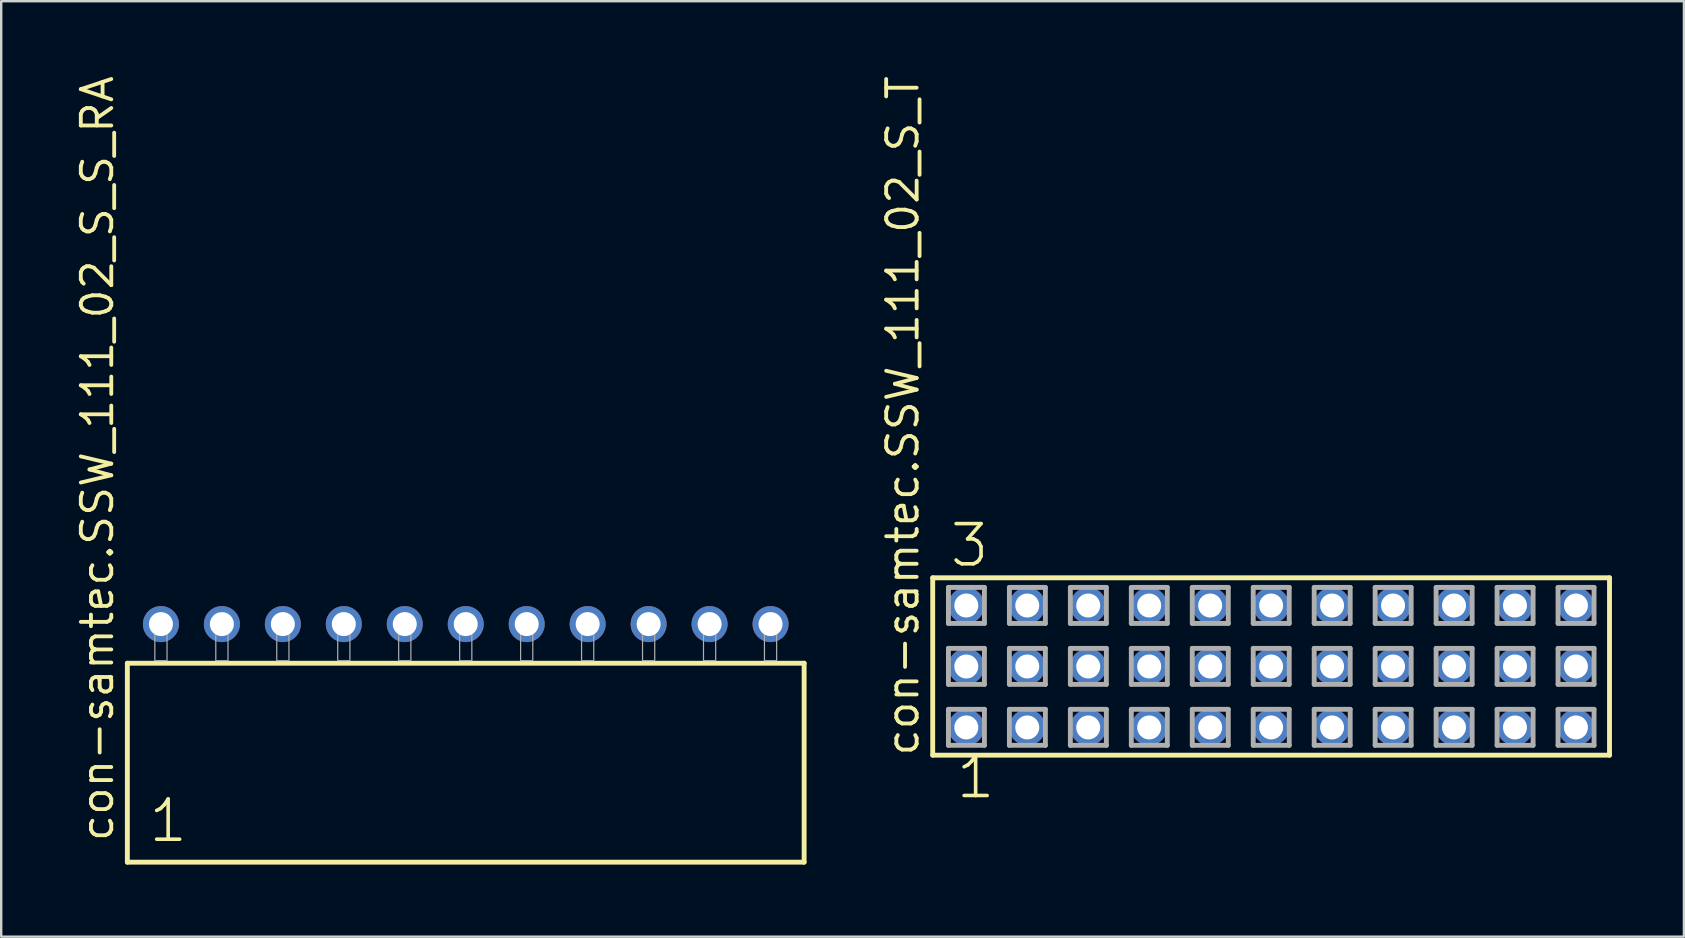
<source format=kicad_pcb>
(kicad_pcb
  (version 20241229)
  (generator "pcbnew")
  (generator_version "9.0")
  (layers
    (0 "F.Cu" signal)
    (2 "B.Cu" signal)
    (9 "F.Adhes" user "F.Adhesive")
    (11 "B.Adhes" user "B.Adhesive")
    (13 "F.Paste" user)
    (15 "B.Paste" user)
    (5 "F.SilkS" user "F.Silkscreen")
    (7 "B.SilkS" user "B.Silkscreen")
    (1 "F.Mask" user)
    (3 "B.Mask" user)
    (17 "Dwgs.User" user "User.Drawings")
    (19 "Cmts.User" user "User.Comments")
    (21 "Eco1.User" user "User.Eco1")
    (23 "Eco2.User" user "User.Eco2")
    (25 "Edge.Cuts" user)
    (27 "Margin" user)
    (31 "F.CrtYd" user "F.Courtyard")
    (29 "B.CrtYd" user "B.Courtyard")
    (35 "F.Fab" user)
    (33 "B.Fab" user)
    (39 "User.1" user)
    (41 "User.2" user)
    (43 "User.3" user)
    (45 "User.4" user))
  (footprint "con-samtec.SSW_111_02_S_T"
    (layer "F.Cu")
    (at 49.911 24.719)
    (property "Reference" "con-samtec.SSW_111_02_S_T" (at -14.605 3.81 90) (layer "F.SilkS") (effects (font (size 1.27 1.27) (thickness 0.16)) (justify left bottom)))
    (attr through_hole)
    (fp_line (start -14.099 -3.695) (end 14.099 -3.695) (stroke (width 0.203) (type default)) (layer "F.SilkS"))
    (fp_line (start -14.099 3.695) (end -14.099 -3.695) (stroke (width 0.203) (type default)) (layer "F.SilkS"))
    (fp_line (start 14.099 -3.695) (end 14.099 3.695) (stroke (width 0.203) (type default)) (layer "F.SilkS"))
    (fp_line (start 14.099 3.695) (end -14.099 3.695) (stroke (width 0.203) (type default)) (layer "F.SilkS"))
    (fp_line (start -13.445 -3.295) (end -11.945 -3.295) (stroke (width 0.203) (type default)) (layer "F.Fab"))
    (fp_line (start -13.445 -1.795) (end -13.445 -3.295) (stroke (width 0.203) (type default)) (layer "F.Fab"))
    (fp_line (start -13.445 -0.755) (end -11.945 -0.755) (stroke (width 0.203) (type default)) (layer "F.Fab"))
    (fp_line (start -13.445 0.745) (end -13.445 -0.755) (stroke (width 0.203) (type default)) (layer "F.Fab"))
    (fp_line (start -13.445 1.785) (end -11.945 1.785) (stroke (width 0.203) (type default)) (layer "F.Fab"))
    (fp_line (start -13.445 3.285) (end -13.445 1.785) (stroke (width 0.203) (type default)) (layer "F.Fab"))
    (fp_line (start -11.945 -3.295) (end -11.945 -1.795) (stroke (width 0.203) (type default)) (layer "F.Fab"))
    (fp_line (start -11.945 -1.795) (end -13.445 -1.795) (stroke (width 0.203) (type default)) (layer "F.Fab"))
    (fp_line (start -11.945 -0.755) (end -11.945 0.745) (stroke (width 0.203) (type default)) (layer "F.Fab"))
    (fp_line (start -11.945 0.745) (end -13.445 0.745) (stroke (width 0.203) (type default)) (layer "F.Fab"))
    (fp_line (start -11.945 1.785) (end -11.945 3.285) (stroke (width 0.203) (type default)) (layer "F.Fab"))
    (fp_line (start -11.945 3.285) (end -13.445 3.285) (stroke (width 0.203) (type default)) (layer "F.Fab"))
    (fp_line (start -10.905 -3.295) (end -9.405 -3.295) (stroke (width 0.203) (type default)) (layer "F.Fab"))
    (fp_line (start -10.905 -1.795) (end -10.905 -3.295) (stroke (width 0.203) (type default)) (layer "F.Fab"))
    (fp_line (start -10.905 -0.755) (end -9.405 -0.755) (stroke (width 0.203) (type default)) (layer "F.Fab"))
    (fp_line (start -10.905 0.745) (end -10.905 -0.755) (stroke (width 0.203) (type default)) (layer "F.Fab"))
    (fp_line (start -10.905 1.785) (end -9.405 1.785) (stroke (width 0.203) (type default)) (layer "F.Fab"))
    (fp_line (start -10.905 3.285) (end -10.905 1.785) (stroke (width 0.203) (type default)) (layer "F.Fab"))
    (fp_line (start -9.405 -3.295) (end -9.405 -1.795) (stroke (width 0.203) (type default)) (layer "F.Fab"))
    (fp_line (start -9.405 -1.795) (end -10.905 -1.795) (stroke (width 0.203) (type default)) (layer "F.Fab"))
    (fp_line (start -9.405 -0.755) (end -9.405 0.745) (stroke (width 0.203) (type default)) (layer "F.Fab"))
    (fp_line (start -9.405 0.745) (end -10.905 0.745) (stroke (width 0.203) (type default)) (layer "F.Fab"))
    (fp_line (start -9.405 1.785) (end -9.405 3.285) (stroke (width 0.203) (type default)) (layer "F.Fab"))
    (fp_line (start -9.405 3.285) (end -10.905 3.285) (stroke (width 0.203) (type default)) (layer "F.Fab"))
    (fp_line (start -8.365 -3.295) (end -6.865 -3.295) (stroke (width 0.203) (type default)) (layer "F.Fab"))
    (fp_line (start -8.365 -1.795) (end -8.365 -3.295) (stroke (width 0.203) (type default)) (layer "F.Fab"))
    (fp_line (start -8.365 -0.755) (end -6.865 -0.755) (stroke (width 0.203) (type default)) (layer "F.Fab"))
    (fp_line (start -8.365 0.745) (end -8.365 -0.755) (stroke (width 0.203) (type default)) (layer "F.Fab"))
    (fp_line (start -8.365 1.785) (end -6.865 1.785) (stroke (width 0.203) (type default)) (layer "F.Fab"))
    (fp_line (start -8.365 3.285) (end -8.365 1.785) (stroke (width 0.203) (type default)) (layer "F.Fab"))
    (fp_line (start -6.865 -3.295) (end -6.865 -1.795) (stroke (width 0.203) (type default)) (layer "F.Fab"))
    (fp_line (start -6.865 -1.795) (end -8.365 -1.795) (stroke (width 0.203) (type default)) (layer "F.Fab"))
    (fp_line (start -6.865 -0.755) (end -6.865 0.745) (stroke (width 0.203) (type default)) (layer "F.Fab"))
    (fp_line (start -6.865 0.745) (end -8.365 0.745) (stroke (width 0.203) (type default)) (layer "F.Fab"))
    (fp_line (start -6.865 1.785) (end -6.865 3.285) (stroke (width 0.203) (type default)) (layer "F.Fab"))
    (fp_line (start -6.865 3.285) (end -8.365 3.285) (stroke (width 0.203) (type default)) (layer "F.Fab"))
    (fp_line (start -5.825 -3.295) (end -4.325 -3.295) (stroke (width 0.203) (type default)) (layer "F.Fab"))
    (fp_line (start -5.825 -1.795) (end -5.825 -3.295) (stroke (width 0.203) (type default)) (layer "F.Fab"))
    (fp_line (start -5.825 -0.755) (end -4.325 -0.755) (stroke (width 0.203) (type default)) (layer "F.Fab"))
    (fp_line (start -5.825 0.745) (end -5.825 -0.755) (stroke (width 0.203) (type default)) (layer "F.Fab"))
    (fp_line (start -5.825 1.785) (end -4.325 1.785) (stroke (width 0.203) (type default)) (layer "F.Fab"))
    (fp_line (start -5.825 3.285) (end -5.825 1.785) (stroke (width 0.203) (type default)) (layer "F.Fab"))
    (fp_line (start -4.325 -3.295) (end -4.325 -1.795) (stroke (width 0.203) (type default)) (layer "F.Fab"))
    (fp_line (start -4.325 -1.795) (end -5.825 -1.795) (stroke (width 0.203) (type default)) (layer "F.Fab"))
    (fp_line (start -4.325 -0.755) (end -4.325 0.745) (stroke (width 0.203) (type default)) (layer "F.Fab"))
    (fp_line (start -4.325 0.745) (end -5.825 0.745) (stroke (width 0.203) (type default)) (layer "F.Fab"))
    (fp_line (start -4.325 1.785) (end -4.325 3.285) (stroke (width 0.203) (type default)) (layer "F.Fab"))
    (fp_line (start -4.325 3.285) (end -5.825 3.285) (stroke (width 0.203) (type default)) (layer "F.Fab"))
    (fp_line (start -3.285 -3.295) (end -1.785 -3.295) (stroke (width 0.203) (type default)) (layer "F.Fab"))
    (fp_line (start -3.285 -1.795) (end -3.285 -3.295) (stroke (width 0.203) (type default)) (layer "F.Fab"))
    (fp_line (start -3.285 -0.755) (end -1.785 -0.755) (stroke (width 0.203) (type default)) (layer "F.Fab"))
    (fp_line (start -3.285 0.745) (end -3.285 -0.755) (stroke (width 0.203) (type default)) (layer "F.Fab"))
    (fp_line (start -3.285 1.785) (end -1.785 1.785) (stroke (width 0.203) (type default)) (layer "F.Fab"))
    (fp_line (start -3.285 3.285) (end -3.285 1.785) (stroke (width 0.203) (type default)) (layer "F.Fab"))
    (fp_line (start -1.785 -3.295) (end -1.785 -1.795) (stroke (width 0.203) (type default)) (layer "F.Fab"))
    (fp_line (start -1.785 -1.795) (end -3.285 -1.795) (stroke (width 0.203) (type default)) (layer "F.Fab"))
    (fp_line (start -1.785 -0.755) (end -1.785 0.745) (stroke (width 0.203) (type default)) (layer "F.Fab"))
    (fp_line (start -1.785 0.745) (end -3.285 0.745) (stroke (width 0.203) (type default)) (layer "F.Fab"))
    (fp_line (start -1.785 1.785) (end -1.785 3.285) (stroke (width 0.203) (type default)) (layer "F.Fab"))
    (fp_line (start -1.785 3.285) (end -3.285 3.285) (stroke (width 0.203) (type default)) (layer "F.Fab"))
    (fp_line (start -0.745 -3.295) (end 0.755 -3.295) (stroke (width 0.203) (type default)) (layer "F.Fab"))
    (fp_line (start -0.745 -1.795) (end -0.745 -3.295) (stroke (width 0.203) (type default)) (layer "F.Fab"))
    (fp_line (start -0.745 -0.755) (end 0.755 -0.755) (stroke (width 0.203) (type default)) (layer "F.Fab"))
    (fp_line (start -0.745 0.745) (end -0.745 -0.755) (stroke (width 0.203) (type default)) (layer "F.Fab"))
    (fp_line (start -0.745 1.785) (end 0.755 1.785) (stroke (width 0.203) (type default)) (layer "F.Fab"))
    (fp_line (start -0.745 3.285) (end -0.745 1.785) (stroke (width 0.203) (type default)) (layer "F.Fab"))
    (fp_line (start 0.755 -3.295) (end 0.755 -1.795) (stroke (width 0.203) (type default)) (layer "F.Fab"))
    (fp_line (start 0.755 -1.795) (end -0.745 -1.795) (stroke (width 0.203) (type default)) (layer "F.Fab"))
    (fp_line (start 0.755 -0.755) (end 0.755 0.745) (stroke (width 0.203) (type default)) (layer "F.Fab"))
    (fp_line (start 0.755 0.745) (end -0.745 0.745) (stroke (width 0.203) (type default)) (layer "F.Fab"))
    (fp_line (start 0.755 1.785) (end 0.755 3.285) (stroke (width 0.203) (type default)) (layer "F.Fab"))
    (fp_line (start 0.755 3.285) (end -0.745 3.285) (stroke (width 0.203) (type default)) (layer "F.Fab"))
    (fp_line (start 1.795 -3.295) (end 3.295 -3.295) (stroke (width 0.203) (type default)) (layer "F.Fab"))
    (fp_line (start 1.795 -1.795) (end 1.795 -3.295) (stroke (width 0.203) (type default)) (layer "F.Fab"))
    (fp_line (start 1.795 -0.755) (end 3.295 -0.755) (stroke (width 0.203) (type default)) (layer "F.Fab"))
    (fp_line (start 1.795 0.745) (end 1.795 -0.755) (stroke (width 0.203) (type default)) (layer "F.Fab"))
    (fp_line (start 1.795 1.785) (end 3.295 1.785) (stroke (width 0.203) (type default)) (layer "F.Fab"))
    (fp_line (start 1.795 3.285) (end 1.795 1.785) (stroke (width 0.203) (type default)) (layer "F.Fab"))
    (fp_line (start 3.295 -3.295) (end 3.295 -1.795) (stroke (width 0.203) (type default)) (layer "F.Fab"))
    (fp_line (start 3.295 -1.795) (end 1.795 -1.795) (stroke (width 0.203) (type default)) (layer "F.Fab"))
    (fp_line (start 3.295 -0.755) (end 3.295 0.745) (stroke (width 0.203) (type default)) (layer "F.Fab"))
    (fp_line (start 3.295 0.745) (end 1.795 0.745) (stroke (width 0.203) (type default)) (layer "F.Fab"))
    (fp_line (start 3.295 1.785) (end 3.295 3.285) (stroke (width 0.203) (type default)) (layer "F.Fab"))
    (fp_line (start 3.295 3.285) (end 1.795 3.285) (stroke (width 0.203) (type default)) (layer "F.Fab"))
    (fp_line (start 4.335 -3.295) (end 5.835 -3.295) (stroke (width 0.203) (type default)) (layer "F.Fab"))
    (fp_line (start 4.335 -1.795) (end 4.335 -3.295) (stroke (width 0.203) (type default)) (layer "F.Fab"))
    (fp_line (start 4.335 -0.755) (end 5.835 -0.755) (stroke (width 0.203) (type default)) (layer "F.Fab"))
    (fp_line (start 4.335 0.745) (end 4.335 -0.755) (stroke (width 0.203) (type default)) (layer "F.Fab"))
    (fp_line (start 4.335 1.785) (end 5.835 1.785) (stroke (width 0.203) (type default)) (layer "F.Fab"))
    (fp_line (start 4.335 3.285) (end 4.335 1.785) (stroke (width 0.203) (type default)) (layer "F.Fab"))
    (fp_line (start 5.835 -3.295) (end 5.835 -1.795) (stroke (width 0.203) (type default)) (layer "F.Fab"))
    (fp_line (start 5.835 -1.795) (end 4.335 -1.795) (stroke (width 0.203) (type default)) (layer "F.Fab"))
    (fp_line (start 5.835 -0.755) (end 5.835 0.745) (stroke (width 0.203) (type default)) (layer "F.Fab"))
    (fp_line (start 5.835 0.745) (end 4.335 0.745) (stroke (width 0.203) (type default)) (layer "F.Fab"))
    (fp_line (start 5.835 1.785) (end 5.835 3.285) (stroke (width 0.203) (type default)) (layer "F.Fab"))
    (fp_line (start 5.835 3.285) (end 4.335 3.285) (stroke (width 0.203) (type default)) (layer "F.Fab"))
    (fp_line (start 6.875 -3.295) (end 8.375 -3.295) (stroke (width 0.203) (type default)) (layer "F.Fab"))
    (fp_line (start 6.875 -1.795) (end 6.875 -3.295) (stroke (width 0.203) (type default)) (layer "F.Fab"))
    (fp_line (start 6.875 -0.755) (end 8.375 -0.755) (stroke (width 0.203) (type default)) (layer "F.Fab"))
    (fp_line (start 6.875 0.745) (end 6.875 -0.755) (stroke (width 0.203) (type default)) (layer "F.Fab"))
    (fp_line (start 6.875 1.785) (end 8.375 1.785) (stroke (width 0.203) (type default)) (layer "F.Fab"))
    (fp_line (start 6.875 3.285) (end 6.875 1.785) (stroke (width 0.203) (type default)) (layer "F.Fab"))
    (fp_line (start 8.375 -3.295) (end 8.375 -1.795) (stroke (width 0.203) (type default)) (layer "F.Fab"))
    (fp_line (start 8.375 -1.795) (end 6.875 -1.795) (stroke (width 0.203) (type default)) (layer "F.Fab"))
    (fp_line (start 8.375 -0.755) (end 8.375 0.745) (stroke (width 0.203) (type default)) (layer "F.Fab"))
    (fp_line (start 8.375 0.745) (end 6.875 0.745) (stroke (width 0.203) (type default)) (layer "F.Fab"))
    (fp_line (start 8.375 1.785) (end 8.375 3.285) (stroke (width 0.203) (type default)) (layer "F.Fab"))
    (fp_line (start 8.375 3.285) (end 6.875 3.285) (stroke (width 0.203) (type default)) (layer "F.Fab"))
    (fp_line (start 9.415 -3.295) (end 10.915 -3.295) (stroke (width 0.203) (type default)) (layer "F.Fab"))
    (fp_line (start 9.415 -1.795) (end 9.415 -3.295) (stroke (width 0.203) (type default)) (layer "F.Fab"))
    (fp_line (start 9.415 -0.755) (end 10.915 -0.755) (stroke (width 0.203) (type default)) (layer "F.Fab"))
    (fp_line (start 9.415 0.745) (end 9.415 -0.755) (stroke (width 0.203) (type default)) (layer "F.Fab"))
    (fp_line (start 9.415 1.785) (end 10.915 1.785) (stroke (width 0.203) (type default)) (layer "F.Fab"))
    (fp_line (start 9.415 3.285) (end 9.415 1.785) (stroke (width 0.203) (type default)) (layer "F.Fab"))
    (fp_line (start 10.915 -3.295) (end 10.915 -1.795) (stroke (width 0.203) (type default)) (layer "F.Fab"))
    (fp_line (start 10.915 -1.795) (end 9.415 -1.795) (stroke (width 0.203) (type default)) (layer "F.Fab"))
    (fp_line (start 10.915 -0.755) (end 10.915 0.745) (stroke (width 0.203) (type default)) (layer "F.Fab"))
    (fp_line (start 10.915 0.745) (end 9.415 0.745) (stroke (width 0.203) (type default)) (layer "F.Fab"))
    (fp_line (start 10.915 1.785) (end 10.915 3.285) (stroke (width 0.203) (type default)) (layer "F.Fab"))
    (fp_line (start 10.915 3.285) (end 9.415 3.285) (stroke (width 0.203) (type default)) (layer "F.Fab"))
    (fp_line (start 11.955 -3.295) (end 13.455 -3.295) (stroke (width 0.203) (type default)) (layer "F.Fab"))
    (fp_line (start 11.955 -1.795) (end 11.955 -3.295) (stroke (width 0.203) (type default)) (layer "F.Fab"))
    (fp_line (start 11.955 -0.755) (end 13.455 -0.755) (stroke (width 0.203) (type default)) (layer "F.Fab"))
    (fp_line (start 11.955 0.745) (end 11.955 -0.755) (stroke (width 0.203) (type default)) (layer "F.Fab"))
    (fp_line (start 11.955 1.785) (end 13.455 1.785) (stroke (width 0.203) (type default)) (layer "F.Fab"))
    (fp_line (start 11.955 3.285) (end 11.955 1.785) (stroke (width 0.203) (type default)) (layer "F.Fab"))
    (fp_line (start 13.455 -3.295) (end 13.455 -1.795) (stroke (width 0.203) (type default)) (layer "F.Fab"))
    (fp_line (start 13.455 -1.795) (end 11.955 -1.795) (stroke (width 0.203) (type default)) (layer "F.Fab"))
    (fp_line (start 13.455 -0.755) (end 13.455 0.745) (stroke (width 0.203) (type default)) (layer "F.Fab"))
    (fp_line (start 13.455 0.745) (end 11.955 0.745) (stroke (width 0.203) (type default)) (layer "F.Fab"))
    (fp_line (start 13.455 1.785) (end 13.455 3.285) (stroke (width 0.203) (type default)) (layer "F.Fab"))
    (fp_line (start 13.455 3.285) (end 11.955 3.285) (stroke (width 0.203) (type default)) (layer "F.Fab"))
    (fp_text user "3" (at -13.462 -4.064 0) (layer "F.SilkS") (effects (font (size 1.676 1.676) (thickness 0.15)) (justify left bottom)))
    (fp_text user "1" (at -13.208 5.588 0) (layer "F.SilkS") (effects (font (size 1.676 1.676) (thickness 0.15)) (justify left bottom)))
    (pad "1" thru_hole circle (at -12.7 2.54) (size 1.5 1.5) (drill 1) (layers "*.Cu" "*.Mask"))
    (pad "2" thru_hole circle (at -12.7 0) (size 1.5 1.5) (drill 1) (layers "*.Cu" "*.Mask"))
    (pad "3" thru_hole circle (at -12.7 -2.54) (size 1.5 1.5) (drill 1) (layers "*.Cu" "*.Mask"))
    (pad "4" thru_hole circle (at -10.16 2.54) (size 1.5 1.5) (drill 1) (layers "*.Cu" "*.Mask"))
    (pad "5" thru_hole circle (at -10.16 0) (size 1.5 1.5) (drill 1) (layers "*.Cu" "*.Mask"))
    (pad "6" thru_hole circle (at -10.16 -2.54) (size 1.5 1.5) (drill 1) (layers "*.Cu" "*.Mask"))
    (pad "7" thru_hole circle (at -7.62 2.54) (size 1.5 1.5) (drill 1) (layers "*.Cu" "*.Mask"))
    (pad "8" thru_hole circle (at -7.62 0) (size 1.5 1.5) (drill 1) (layers "*.Cu" "*.Mask"))
    (pad "9" thru_hole circle (at -7.62 -2.54) (size 1.5 1.5) (drill 1) (layers "*.Cu" "*.Mask"))
    (pad "10" thru_hole circle (at -5.08 2.54) (size 1.5 1.5) (drill 1) (layers "*.Cu" "*.Mask"))
    (pad "11" thru_hole circle (at -5.08 0) (size 1.5 1.5) (drill 1) (layers "*.Cu" "*.Mask"))
    (pad "12" thru_hole circle (at -5.08 -2.54) (size 1.5 1.5) (drill 1) (layers "*.Cu" "*.Mask"))
    (pad "13" thru_hole circle (at -2.54 2.54) (size 1.5 1.5) (drill 1) (layers "*.Cu" "*.Mask"))
    (pad "14" thru_hole circle (at -2.54 0) (size 1.5 1.5) (drill 1) (layers "*.Cu" "*.Mask"))
    (pad "15" thru_hole circle (at -2.54 -2.54) (size 1.5 1.5) (drill 1) (layers "*.Cu" "*.Mask"))
    (pad "16" thru_hole circle (at 0 2.54) (size 1.5 1.5) (drill 1) (layers "*.Cu" "*.Mask"))
    (pad "17" thru_hole circle (at 0 0) (size 1.5 1.5) (drill 1) (layers "*.Cu" "*.Mask"))
    (pad "18" thru_hole circle (at 0 -2.54) (size 1.5 1.5) (drill 1) (layers "*.Cu" "*.Mask"))
    (pad "19" thru_hole circle (at 2.54 2.54) (size 1.5 1.5) (drill 1) (layers "*.Cu" "*.Mask"))
    (pad "20" thru_hole circle (at 2.54 0) (size 1.5 1.5) (drill 1) (layers "*.Cu" "*.Mask"))
    (pad "21" thru_hole circle (at 2.54 -2.54) (size 1.5 1.5) (drill 1) (layers "*.Cu" "*.Mask"))
    (pad "22" thru_hole circle (at 5.08 2.54) (size 1.5 1.5) (drill 1) (layers "*.Cu" "*.Mask"))
    (pad "23" thru_hole circle (at 5.08 0) (size 1.5 1.5) (drill 1) (layers "*.Cu" "*.Mask"))
    (pad "24" thru_hole circle (at 5.08 -2.54) (size 1.5 1.5) (drill 1) (layers "*.Cu" "*.Mask"))
    (pad "25" thru_hole circle (at 7.62 2.54) (size 1.5 1.5) (drill 1) (layers "*.Cu" "*.Mask"))
    (pad "26" thru_hole circle (at 7.62 0) (size 1.5 1.5) (drill 1) (layers "*.Cu" "*.Mask"))
    (pad "27" thru_hole circle (at 7.62 -2.54) (size 1.5 1.5) (drill 1) (layers "*.Cu" "*.Mask"))
    (pad "28" thru_hole circle (at 10.16 2.54) (size 1.5 1.5) (drill 1) (layers "*.Cu" "*.Mask"))
    (pad "29" thru_hole circle (at 10.16 0) (size 1.5 1.5) (drill 1) (layers "*.Cu" "*.Mask"))
    (pad "30" thru_hole circle (at 10.16 -2.54) (size 1.5 1.5) (drill 1) (layers "*.Cu" "*.Mask"))
    (pad "31" thru_hole circle (at 12.7 2.54) (size 1.5 1.5) (drill 1) (layers "*.Cu" "*.Mask"))
    (pad "32" thru_hole circle (at 12.7 0) (size 1.5 1.5) (drill 1) (layers "*.Cu" "*.Mask"))
    (pad "33" thru_hole circle (at 12.7 -2.54) (size 1.5 1.5) (drill 1) (layers "*.Cu" "*.Mask")))
  (footprint "con-samtec.SSW_111_02_S_S_RA"
    (layer "F.Cu")
    (at 16.355 24.477)
    (property "Reference" "con-samtec.SSW_111_02_S_S_RA" (at -14.605 7.62 90) (layer "F.SilkS") (effects (font (size 1.27 1.27) (thickness 0.16)) (justify left bottom)))
    (attr through_hole)
    (fp_line (start -14.099 0.106) (end -14.099 8.396) (stroke (width 0.203) (type default)) (layer "F.SilkS"))
    (fp_line (start -14.099 8.396) (end 14.099 8.396) (stroke (width 0.203) (type default)) (layer "F.SilkS"))
    (fp_line (start 14.099 0.106) (end -14.099 0.106) (stroke (width 0.203) (type default)) (layer "F.SilkS"))
    (fp_line (start 14.099 8.396) (end 14.099 0.106) (stroke (width 0.203) (type default)) (layer "F.SilkS"))
    (fp_rect (start -12.954 0) (end -12.446 -1.778) (stroke (width 0.05) (type default)) (fill no) (layer "F.Fab"))
    (fp_rect (start -10.414 0) (end -9.906 -1.778) (stroke (width 0.05) (type default)) (fill no) (layer "F.Fab"))
    (fp_rect (start -7.874 0) (end -7.366 -1.778) (stroke (width 0.05) (type default)) (fill no) (layer "F.Fab"))
    (fp_rect (start -5.334 0) (end -4.826 -1.778) (stroke (width 0.05) (type default)) (fill no) (layer "F.Fab"))
    (fp_rect (start -2.794 0) (end -2.286 -1.778) (stroke (width 0.05) (type default)) (fill no) (layer "F.Fab"))
    (fp_rect (start -0.254 0) (end 0.254 -1.778) (stroke (width 0.05) (type default)) (fill no) (layer "F.Fab"))
    (fp_rect (start 2.286 0) (end 2.794 -1.778) (stroke (width 0.05) (type default)) (fill no) (layer "F.Fab"))
    (fp_rect (start 4.826 0) (end 5.334 -1.778) (stroke (width 0.05) (type default)) (fill no) (layer "F.Fab"))
    (fp_rect (start 7.366 0) (end 7.874 -1.778) (stroke (width 0.05) (type default)) (fill no) (layer "F.Fab"))
    (fp_rect (start 9.906 0) (end 10.414 -1.778) (stroke (width 0.05) (type default)) (fill no) (layer "F.Fab"))
    (fp_rect (start 12.446 0) (end 12.954 -1.778) (stroke (width 0.05) (type default)) (fill no) (layer "F.Fab"))
    (fp_text user "1" (at -13.295 7.65 0) (layer "F.SilkS") (effects (font (size 1.676 1.676) (thickness 0.15)) (justify left bottom)))
    (pad "1" thru_hole circle (at -12.7 -1.524) (size 1.5 1.5) (drill 1) (layers "*.Cu" "*.Mask"))
    (pad "2" thru_hole circle (at -10.16 -1.524) (size 1.5 1.5) (drill 1) (layers "*.Cu" "*.Mask"))
    (pad "3" thru_hole circle (at -7.62 -1.524) (size 1.5 1.5) (drill 1) (layers "*.Cu" "*.Mask"))
    (pad "4" thru_hole circle (at -5.08 -1.524) (size 1.5 1.5) (drill 1) (layers "*.Cu" "*.Mask"))
    (pad "5" thru_hole circle (at -2.54 -1.524) (size 1.5 1.5) (drill 1) (layers "*.Cu" "*.Mask"))
    (pad "6" thru_hole circle (at 0 -1.524) (size 1.5 1.5) (drill 1) (layers "*.Cu" "*.Mask"))
    (pad "7" thru_hole circle (at 2.54 -1.524) (size 1.5 1.5) (drill 1) (layers "*.Cu" "*.Mask"))
    (pad "8" thru_hole circle (at 5.08 -1.524) (size 1.5 1.5) (drill 1) (layers "*.Cu" "*.Mask"))
    (pad "9" thru_hole circle (at 7.62 -1.524) (size 1.5 1.5) (drill 1) (layers "*.Cu" "*.Mask"))
    (pad "10" thru_hole circle (at 10.16 -1.524) (size 1.5 1.5) (drill 1) (layers "*.Cu" "*.Mask"))
    (pad "11" thru_hole circle (at 12.7 -1.524) (size 1.5 1.5) (drill 1) (layers "*.Cu" "*.Mask")))
  (gr_rect
    (start -3 -3)
    (end 67.111 35.975)
    (stroke (width 0.1) (type default))
    (fill no)
    (layer "Edge.Cuts")))
</source>
